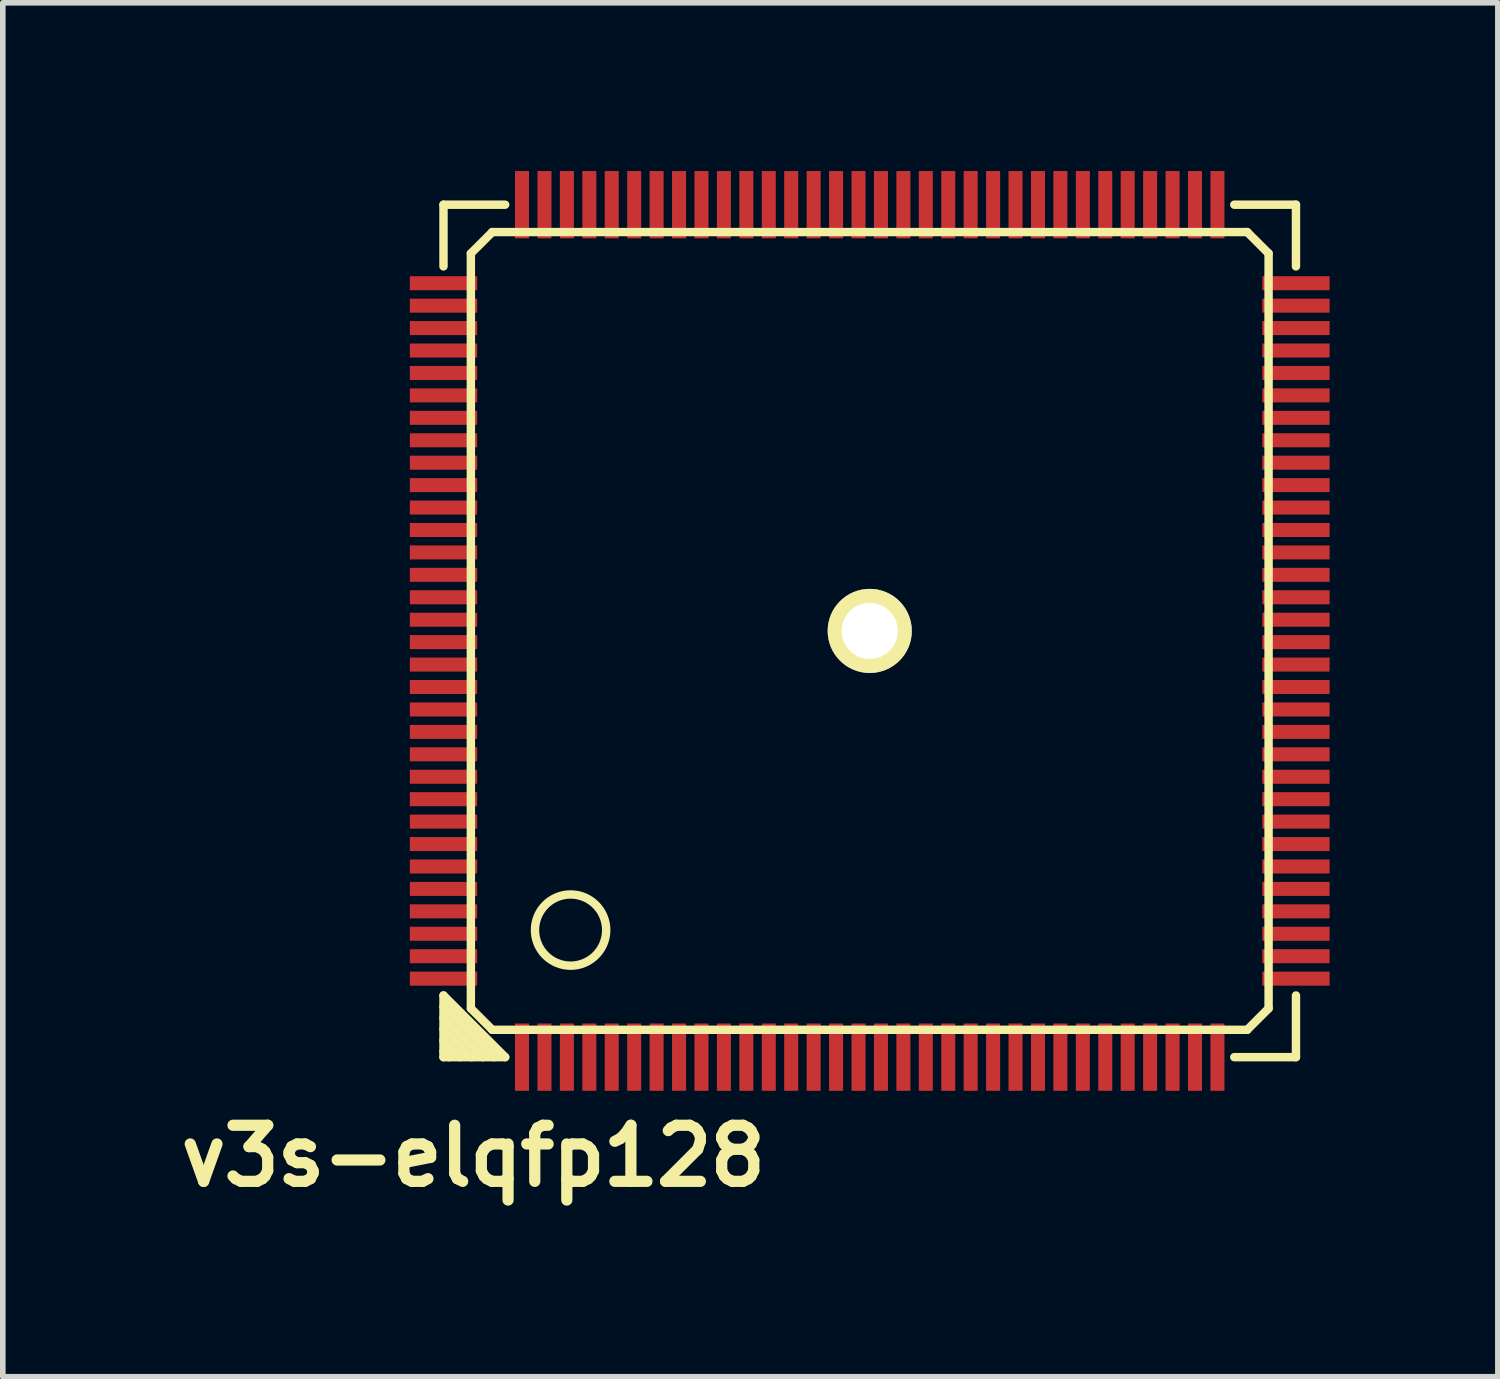
<source format=kicad_pcb>
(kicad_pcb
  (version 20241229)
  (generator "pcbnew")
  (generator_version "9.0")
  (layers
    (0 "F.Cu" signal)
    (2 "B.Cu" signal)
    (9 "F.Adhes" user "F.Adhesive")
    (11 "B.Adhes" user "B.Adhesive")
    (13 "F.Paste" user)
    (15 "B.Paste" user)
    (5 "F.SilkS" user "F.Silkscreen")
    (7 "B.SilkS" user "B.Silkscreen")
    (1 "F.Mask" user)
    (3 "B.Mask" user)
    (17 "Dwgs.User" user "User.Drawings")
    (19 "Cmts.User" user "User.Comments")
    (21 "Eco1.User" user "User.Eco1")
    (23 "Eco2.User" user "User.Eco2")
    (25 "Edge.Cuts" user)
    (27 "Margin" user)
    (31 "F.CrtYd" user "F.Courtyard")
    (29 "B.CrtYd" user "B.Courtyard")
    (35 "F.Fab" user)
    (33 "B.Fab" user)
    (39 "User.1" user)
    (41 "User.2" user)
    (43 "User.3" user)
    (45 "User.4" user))
  (footprint "v3s-elqfp128"
    (layer "F.Cu")
    (at 12.458 8.2)
    (property "Reference" "v3s-elqfp128" (at -7.068 9.362 0) (layer "F.SilkS") (effects (font (size 1 1) (thickness 0.2))))
    (attr through_hole)
    (fp_line (start -7.6 -7.6) (end -6.5 -7.6) (stroke (width 0.15) (type solid)) (layer "F.SilkS"))
    (fp_line (start -7.6 -6.5) (end -7.6 -7.6) (stroke (width 0.15) (type solid)) (layer "F.SilkS"))
    (fp_line (start -7.6 6.5) (end -7.6 7.6) (stroke (width 0.15) (type solid)) (layer "F.SilkS"))
    (fp_line (start -7.6 6.7) (end -6.7 7.6) (stroke (width 0.15) (type solid)) (layer "F.SilkS"))
    (fp_line (start -7.6 7.1) (end -7.1 7.6) (stroke (width 0.15) (type solid)) (layer "F.SilkS"))
    (fp_line (start -7.6 7.5) (end -7.5 7.6) (stroke (width 0.15) (type solid)) (layer "F.SilkS"))
    (fp_line (start -7.6 7.6) (end -6.5 7.6) (stroke (width 0.15) (type solid)) (layer "F.SilkS"))
    (fp_line (start -7.3 7.6) (end -7.6 7.3) (stroke (width 0.15) (type solid)) (layer "F.SilkS"))
    (fp_line (start -7.112 -6.731) (end -7.112 6.731) (stroke (width 0.15) (type solid)) (layer "F.SilkS"))
    (fp_line (start -7.112 6.731) (end -6.731 7.112) (stroke (width 0.15) (type solid)) (layer "F.SilkS"))
    (fp_line (start -6.9 7.6) (end -7.6 6.9) (stroke (width 0.15) (type solid)) (layer "F.SilkS"))
    (fp_line (start -6.731 -7.112) (end -7.112 -6.731) (stroke (width 0.15) (type solid)) (layer "F.SilkS"))
    (fp_line (start -6.731 7.112) (end 6.731 7.112) (stroke (width 0.15) (type solid)) (layer "F.SilkS"))
    (fp_line (start -6.5 7.6) (end -7.6 6.5) (stroke (width 0.15) (type solid)) (layer "F.SilkS"))
    (fp_line (start 6.5 7.6) (end 7.6 7.6) (stroke (width 0.15) (type solid)) (layer "F.SilkS"))
    (fp_line (start 6.731 -7.112) (end -6.731 -7.112) (stroke (width 0.15) (type solid)) (layer "F.SilkS"))
    (fp_line (start 6.731 7.112) (end 7.112 6.731) (stroke (width 0.15) (type solid)) (layer "F.SilkS"))
    (fp_line (start 7.112 -6.731) (end 6.731 -7.112) (stroke (width 0.15) (type solid)) (layer "F.SilkS"))
    (fp_line (start 7.112 6.731) (end 7.112 -6.731) (stroke (width 0.15) (type solid)) (layer "F.SilkS"))
    (fp_line (start 7.6 -7.6) (end 6.5 -7.6) (stroke (width 0.15) (type solid)) (layer "F.SilkS"))
    (fp_line (start 7.6 -7.6) (end 7.6 -6.5) (stroke (width 0.15) (type solid)) (layer "F.SilkS"))
    (fp_line (start 7.6 7.6) (end 7.6 6.5) (stroke (width 0.15) (type solid)) (layer "F.SilkS"))
    (fp_circle (center -5.334 5.334) (end -5.715 5.842) (stroke (width 0.15) (type solid)) (fill no) (layer "F.SilkS"))
    (pad "1" smd rect (at -6.2 7.6) (size 0.25 1.2) (layers "F.Cu" "F.Mask" "F.Paste"))
    (pad "2" smd rect (at -5.8 7.6) (size 0.25 1.2) (layers "F.Cu" "F.Mask" "F.Paste"))
    (pad "3" smd rect (at -5.4 7.6) (size 0.25 1.2) (layers "F.Cu" "F.Mask" "F.Paste"))
    (pad "4" smd rect (at -5 7.6) (size 0.25 1.2) (layers "F.Cu" "F.Mask" "F.Paste"))
    (pad "5" smd rect (at -4.6 7.6) (size 0.25 1.2) (layers "F.Cu" "F.Mask" "F.Paste"))
    (pad "6" smd rect (at -4.2 7.6) (size 0.25 1.2) (layers "F.Cu" "F.Mask" "F.Paste"))
    (pad "7" smd rect (at -3.8 7.6) (size 0.25 1.2) (layers "F.Cu" "F.Mask" "F.Paste"))
    (pad "8" smd rect (at -3.4 7.6) (size 0.25 1.2) (layers "F.Cu" "F.Mask" "F.Paste"))
    (pad "9" smd rect (at -3 7.6) (size 0.25 1.2) (layers "F.Cu" "F.Mask" "F.Paste"))
    (pad "10" smd rect (at -2.6 7.6) (size 0.25 1.2) (layers "F.Cu" "F.Mask" "F.Paste"))
    (pad "11" smd rect (at -2.2 7.6) (size 0.25 1.2) (layers "F.Cu" "F.Mask" "F.Paste"))
    (pad "12" smd rect (at -1.8 7.6) (size 0.25 1.2) (layers "F.Cu" "F.Mask" "F.Paste"))
    (pad "13" smd rect (at -1.4 7.6) (size 0.25 1.2) (layers "F.Cu" "F.Mask" "F.Paste"))
    (pad "14" smd rect (at -1 7.6) (size 0.25 1.2) (layers "F.Cu" "F.Mask" "F.Paste"))
    (pad "15" smd rect (at -0.6 7.6) (size 0.25 1.2) (layers "F.Cu" "F.Mask" "F.Paste"))
    (pad "16" smd rect (at -0.2 7.6) (size 0.25 1.2) (layers "F.Cu" "F.Mask" "F.Paste"))
    (pad "17" smd rect (at 0.2 7.6) (size 0.25 1.2) (layers "F.Cu" "F.Mask" "F.Paste"))
    (pad "18" smd rect (at 0.6 7.6) (size 0.25 1.2) (layers "F.Cu" "F.Mask" "F.Paste"))
    (pad "19" smd rect (at 1 7.6) (size 0.25 1.2) (layers "F.Cu" "F.Mask" "F.Paste"))
    (pad "20" smd rect (at 1.4 7.6) (size 0.25 1.2) (layers "F.Cu" "F.Mask" "F.Paste"))
    (pad "21" smd rect (at 1.8 7.6) (size 0.25 1.2) (layers "F.Cu" "F.Mask" "F.Paste"))
    (pad "22" smd rect (at 2.2 7.6) (size 0.25 1.2) (layers "F.Cu" "F.Mask" "F.Paste"))
    (pad "23" smd rect (at 2.6 7.6) (size 0.25 1.2) (layers "F.Cu" "F.Mask" "F.Paste"))
    (pad "24" smd rect (at 3 7.6) (size 0.25 1.2) (layers "F.Cu" "F.Mask" "F.Paste"))
    (pad "25" smd rect (at 3.4 7.6) (size 0.25 1.2) (layers "F.Cu" "F.Mask" "F.Paste"))
    (pad "26" smd rect (at 3.8 7.6) (size 0.25 1.2) (layers "F.Cu" "F.Mask" "F.Paste"))
    (pad "27" smd rect (at 4.2 7.6) (size 0.25 1.2) (layers "F.Cu" "F.Mask" "F.Paste"))
    (pad "28" smd rect (at 4.6 7.6) (size 0.25 1.2) (layers "F.Cu" "F.Mask" "F.Paste"))
    (pad "29" smd rect (at 5 7.6) (size 0.25 1.2) (layers "F.Cu" "F.Mask" "F.Paste"))
    (pad "30" smd rect (at 5.4 7.6) (size 0.25 1.2) (layers "F.Cu" "F.Mask" "F.Paste"))
    (pad "31" smd rect (at 5.8 7.6) (size 0.25 1.2) (layers "F.Cu" "F.Mask" "F.Paste"))
    (pad "32" smd rect (at 6.2 7.6) (size 0.25 1.2) (layers "F.Cu" "F.Mask" "F.Paste"))
    (pad "33" smd rect (at 7.6 6.2) (size 1.2 0.25) (layers "F.Cu" "F.Mask" "F.Paste"))
    (pad "34" smd rect (at 7.6 5.8) (size 1.2 0.25) (layers "F.Cu" "F.Mask" "F.Paste"))
    (pad "35" smd rect (at 7.6 5.4) (size 1.2 0.25) (layers "F.Cu" "F.Mask" "F.Paste"))
    (pad "36" smd rect (at 7.6 5) (size 1.2 0.25) (layers "F.Cu" "F.Mask" "F.Paste"))
    (pad "37" smd rect (at 7.6 4.6) (size 1.2 0.25) (layers "F.Cu" "F.Mask" "F.Paste"))
    (pad "38" smd rect (at 7.6 4.2) (size 1.2 0.25) (layers "F.Cu" "F.Mask" "F.Paste"))
    (pad "39" smd rect (at 7.6 3.8) (size 1.2 0.25) (layers "F.Cu" "F.Mask" "F.Paste"))
    (pad "40" smd rect (at 7.6 3.4) (size 1.2 0.25) (layers "F.Cu" "F.Mask" "F.Paste"))
    (pad "41" smd rect (at 7.6 3) (size 1.2 0.25) (layers "F.Cu" "F.Mask" "F.Paste"))
    (pad "42" smd rect (at 7.6 2.6) (size 1.2 0.25) (layers "F.Cu" "F.Mask" "F.Paste"))
    (pad "43" smd rect (at 7.6 2.2) (size 1.2 0.25) (layers "F.Cu" "F.Mask" "F.Paste"))
    (pad "44" smd rect (at 7.6 1.8) (size 1.2 0.25) (layers "F.Cu" "F.Mask" "F.Paste"))
    (pad "45" smd rect (at 7.6 1.4) (size 1.2 0.25) (layers "F.Cu" "F.Mask" "F.Paste"))
    (pad "46" smd rect (at 7.6 1) (size 1.2 0.25) (layers "F.Cu" "F.Mask" "F.Paste"))
    (pad "47" smd rect (at 7.6 0.6) (size 1.2 0.25) (layers "F.Cu" "F.Mask" "F.Paste"))
    (pad "48" smd rect (at 7.6 0.2) (size 1.2 0.25) (layers "F.Cu" "F.Mask" "F.Paste"))
    (pad "49" smd rect (at 7.6 -0.2) (size 1.2 0.25) (layers "F.Cu" "F.Mask" "F.Paste"))
    (pad "50" smd rect (at 7.6 -0.6) (size 1.2 0.25) (layers "F.Cu" "F.Mask" "F.Paste"))
    (pad "51" smd rect (at 7.6 -1) (size 1.2 0.25) (layers "F.Cu" "F.Mask" "F.Paste"))
    (pad "52" smd rect (at 7.6 -1.4) (size 1.2 0.25) (layers "F.Cu" "F.Mask" "F.Paste"))
    (pad "53" smd rect (at 7.6 -1.8) (size 1.2 0.25) (layers "F.Cu" "F.Mask" "F.Paste"))
    (pad "54" smd rect (at 7.6 -2.2) (size 1.2 0.25) (layers "F.Cu" "F.Mask" "F.Paste"))
    (pad "55" smd rect (at 7.6 -2.6) (size 1.2 0.25) (layers "F.Cu" "F.Mask" "F.Paste"))
    (pad "56" smd rect (at 7.6 -3) (size 1.2 0.25) (layers "F.Cu" "F.Mask" "F.Paste"))
    (pad "57" smd rect (at 7.6 -3.4) (size 1.2 0.25) (layers "F.Cu" "F.Mask" "F.Paste"))
    (pad "58" smd rect (at 7.6 -3.8) (size 1.2 0.25) (layers "F.Cu" "F.Mask" "F.Paste"))
    (pad "59" smd rect (at 7.6 -4.2) (size 1.2 0.25) (layers "F.Cu" "F.Mask" "F.Paste"))
    (pad "60" smd rect (at 7.6 -4.6) (size 1.2 0.25) (layers "F.Cu" "F.Mask" "F.Paste"))
    (pad "61" smd rect (at 7.6 -5) (size 1.2 0.25) (layers "F.Cu" "F.Mask" "F.Paste"))
    (pad "62" smd rect (at 7.6 -5.4) (size 1.2 0.25) (layers "F.Cu" "F.Mask" "F.Paste"))
    (pad "63" smd rect (at 7.6 -5.8) (size 1.2 0.25) (layers "F.Cu" "F.Mask" "F.Paste"))
    (pad "64" smd rect (at 7.6 -6.2) (size 1.2 0.25) (layers "F.Cu" "F.Mask" "F.Paste"))
    (pad "65" smd rect (at 6.2 -7.6) (size 0.25 1.2) (layers "F.Cu" "F.Mask" "F.Paste"))
    (pad "66" smd rect (at 5.8 -7.6) (size 0.25 1.2) (layers "F.Cu" "F.Mask" "F.Paste"))
    (pad "67" smd rect (at 5.4 -7.6) (size 0.25 1.2) (layers "F.Cu" "F.Mask" "F.Paste"))
    (pad "68" smd rect (at 5 -7.6) (size 0.25 1.2) (layers "F.Cu" "F.Mask" "F.Paste"))
    (pad "69" smd rect (at 4.6 -7.6) (size 0.25 1.2) (layers "F.Cu" "F.Mask" "F.Paste"))
    (pad "70" smd rect (at 4.2 -7.6) (size 0.25 1.2) (layers "F.Cu" "F.Mask" "F.Paste"))
    (pad "71" smd rect (at 3.8 -7.6) (size 0.25 1.2) (layers "F.Cu" "F.Mask" "F.Paste"))
    (pad "72" smd rect (at 3.4 -7.6) (size 0.25 1.2) (layers "F.Cu" "F.Mask" "F.Paste"))
    (pad "73" smd rect (at 3 -7.6) (size 0.25 1.2) (layers "F.Cu" "F.Mask" "F.Paste"))
    (pad "74" smd rect (at 2.6 -7.6) (size 0.25 1.2) (layers "F.Cu" "F.Mask" "F.Paste"))
    (pad "75" smd rect (at 2.2 -7.6) (size 0.25 1.2) (layers "F.Cu" "F.Mask" "F.Paste"))
    (pad "76" smd rect (at 1.8 -7.6) (size 0.25 1.2) (layers "F.Cu" "F.Mask" "F.Paste"))
    (pad "77" smd rect (at 1.4 -7.6) (size 0.25 1.2) (layers "F.Cu" "F.Mask" "F.Paste"))
    (pad "78" smd rect (at 1 -7.6) (size 0.25 1.2) (layers "F.Cu" "F.Mask" "F.Paste"))
    (pad "79" smd rect (at 0.6 -7.6) (size 0.25 1.2) (layers "F.Cu" "F.Mask" "F.Paste"))
    (pad "80" smd rect (at 0.2 -7.6) (size 0.25 1.2) (layers "F.Cu" "F.Mask" "F.Paste"))
    (pad "81" smd rect (at -0.2 -7.6) (size 0.25 1.2) (layers "F.Cu" "F.Mask" "F.Paste"))
    (pad "82" smd rect (at -0.6 -7.6) (size 0.25 1.2) (layers "F.Cu" "F.Mask" "F.Paste"))
    (pad "83" smd rect (at -1 -7.6) (size 0.25 1.2) (layers "F.Cu" "F.Mask" "F.Paste"))
    (pad "84" smd rect (at -1.4 -7.6) (size 0.25 1.2) (layers "F.Cu" "F.Mask" "F.Paste"))
    (pad "85" smd rect (at -1.8 -7.6) (size 0.25 1.2) (layers "F.Cu" "F.Mask" "F.Paste"))
    (pad "86" smd rect (at -2.2 -7.6) (size 0.25 1.2) (layers "F.Cu" "F.Mask" "F.Paste"))
    (pad "87" smd rect (at -2.6 -7.6) (size 0.25 1.2) (layers "F.Cu" "F.Mask" "F.Paste"))
    (pad "88" smd rect (at -3 -7.6) (size 0.25 1.2) (layers "F.Cu" "F.Mask" "F.Paste"))
    (pad "89" smd rect (at -3.4 -7.6) (size 0.25 1.2) (layers "F.Cu" "F.Mask" "F.Paste"))
    (pad "90" smd rect (at -3.8 -7.6) (size 0.25 1.2) (layers "F.Cu" "F.Mask" "F.Paste"))
    (pad "91" smd rect (at -4.2 -7.6) (size 0.25 1.2) (layers "F.Cu" "F.Mask" "F.Paste"))
    (pad "92" smd rect (at -4.6 -7.6) (size 0.25 1.2) (layers "F.Cu" "F.Mask" "F.Paste"))
    (pad "93" smd rect (at -5 -7.6) (size 0.25 1.2) (layers "F.Cu" "F.Mask" "F.Paste"))
    (pad "94" smd rect (at -5.4 -7.6) (size 0.25 1.2) (layers "F.Cu" "F.Mask" "F.Paste"))
    (pad "95" smd rect (at -5.8 -7.6) (size 0.25 1.2) (layers "F.Cu" "F.Mask" "F.Paste"))
    (pad "96" smd rect (at -6.2 -7.6) (size 0.25 1.2) (layers "F.Cu" "F.Mask" "F.Paste"))
    (pad "97" smd rect (at -7.6 -6.2) (size 1.2 0.25) (layers "F.Cu" "F.Mask" "F.Paste"))
    (pad "98" smd rect (at -7.6 -5.8) (size 1.2 0.25) (layers "F.Cu" "F.Mask" "F.Paste"))
    (pad "99" smd rect (at -7.6 -5.4) (size 1.2 0.25) (layers "F.Cu" "F.Mask" "F.Paste"))
    (pad "100" smd rect (at -7.6 -5) (size 1.2 0.25) (layers "F.Cu" "F.Mask" "F.Paste"))
    (pad "101" smd rect (at -7.6 -4.6) (size 1.2 0.25) (layers "F.Cu" "F.Mask" "F.Paste"))
    (pad "102" smd rect (at -7.6 -4.2) (size 1.2 0.25) (layers "F.Cu" "F.Mask" "F.Paste"))
    (pad "103" smd rect (at -7.6 -3.8) (size 1.2 0.25) (layers "F.Cu" "F.Mask" "F.Paste"))
    (pad "104" smd rect (at -7.6 -3.4) (size 1.2 0.25) (layers "F.Cu" "F.Mask" "F.Paste"))
    (pad "105" smd rect (at -7.6 -3) (size 1.2 0.25) (layers "F.Cu" "F.Mask" "F.Paste"))
    (pad "106" smd rect (at -7.6 -2.6) (size 1.2 0.25) (layers "F.Cu" "F.Mask" "F.Paste"))
    (pad "107" smd rect (at -7.6 -2.2) (size 1.2 0.25) (layers "F.Cu" "F.Mask" "F.Paste"))
    (pad "108" smd rect (at -7.6 -1.8) (size 1.2 0.25) (layers "F.Cu" "F.Mask" "F.Paste"))
    (pad "109" smd rect (at -7.6 -1.4) (size 1.2 0.25) (layers "F.Cu" "F.Mask" "F.Paste"))
    (pad "110" smd rect (at -7.6 -1) (size 1.2 0.25) (layers "F.Cu" "F.Mask" "F.Paste"))
    (pad "111" smd rect (at -7.6 -0.6) (size 1.2 0.25) (layers "F.Cu" "F.Mask" "F.Paste"))
    (pad "112" smd rect (at -7.6 -0.2) (size 1.2 0.25) (layers "F.Cu" "F.Mask" "F.Paste"))
    (pad "113" smd rect (at -7.6 0.2) (size 1.2 0.25) (layers "F.Cu" "F.Mask" "F.Paste"))
    (pad "114" smd rect (at -7.6 0.6) (size 1.2 0.25) (layers "F.Cu" "F.Mask" "F.Paste"))
    (pad "115" smd rect (at -7.6 1) (size 1.2 0.25) (layers "F.Cu" "F.Mask" "F.Paste"))
    (pad "116" smd rect (at -7.6 1.4) (size 1.2 0.25) (layers "F.Cu" "F.Mask" "F.Paste"))
    (pad "117" smd rect (at -7.6 1.8) (size 1.2 0.25) (layers "F.Cu" "F.Mask" "F.Paste"))
    (pad "118" smd rect (at -7.6 2.2) (size 1.2 0.25) (layers "F.Cu" "F.Mask" "F.Paste"))
    (pad "119" smd rect (at -7.6 2.6) (size 1.2 0.25) (layers "F.Cu" "F.Mask" "F.Paste"))
    (pad "120" smd rect (at -7.6 3) (size 1.2 0.25) (layers "F.Cu" "F.Mask" "F.Paste"))
    (pad "121" smd rect (at -7.6 3.4) (size 1.2 0.25) (layers "F.Cu" "F.Mask" "F.Paste"))
    (pad "122" smd rect (at -7.6 3.8) (size 1.2 0.25) (layers "F.Cu" "F.Mask" "F.Paste"))
    (pad "123" smd rect (at -7.6 4.2) (size 1.2 0.25) (layers "F.Cu" "F.Mask" "F.Paste"))
    (pad "124" smd rect (at -7.6 4.6) (size 1.2 0.25) (layers "F.Cu" "F.Mask" "F.Paste"))
    (pad "125" smd rect (at -7.6 5) (size 1.2 0.25) (layers "F.Cu" "F.Mask" "F.Paste"))
    (pad "126" smd rect (at -7.6 5.4) (size 1.2 0.25) (layers "F.Cu" "F.Mask" "F.Paste"))
    (pad "127" smd rect (at -7.6 5.8) (size 1.2 0.25) (layers "F.Cu" "F.Mask" "F.Paste"))
    (pad "128" smd rect (at -7.6 6.2) (size 1.2 0.25) (layers "F.Cu" "F.Mask" "F.Paste"))
    (pad "129" thru_hole oval (at 0 0) (size 1.5 1.5) (drill oval 1) (layers "*.Cu" "*.Mask" "F.SilkS")))
  (gr_rect
    (start -3 -3)
    (end 23.658 21.498)
    (stroke (width 0.1) (type default))
    (fill no)
    (layer "Edge.Cuts")))
</source>
